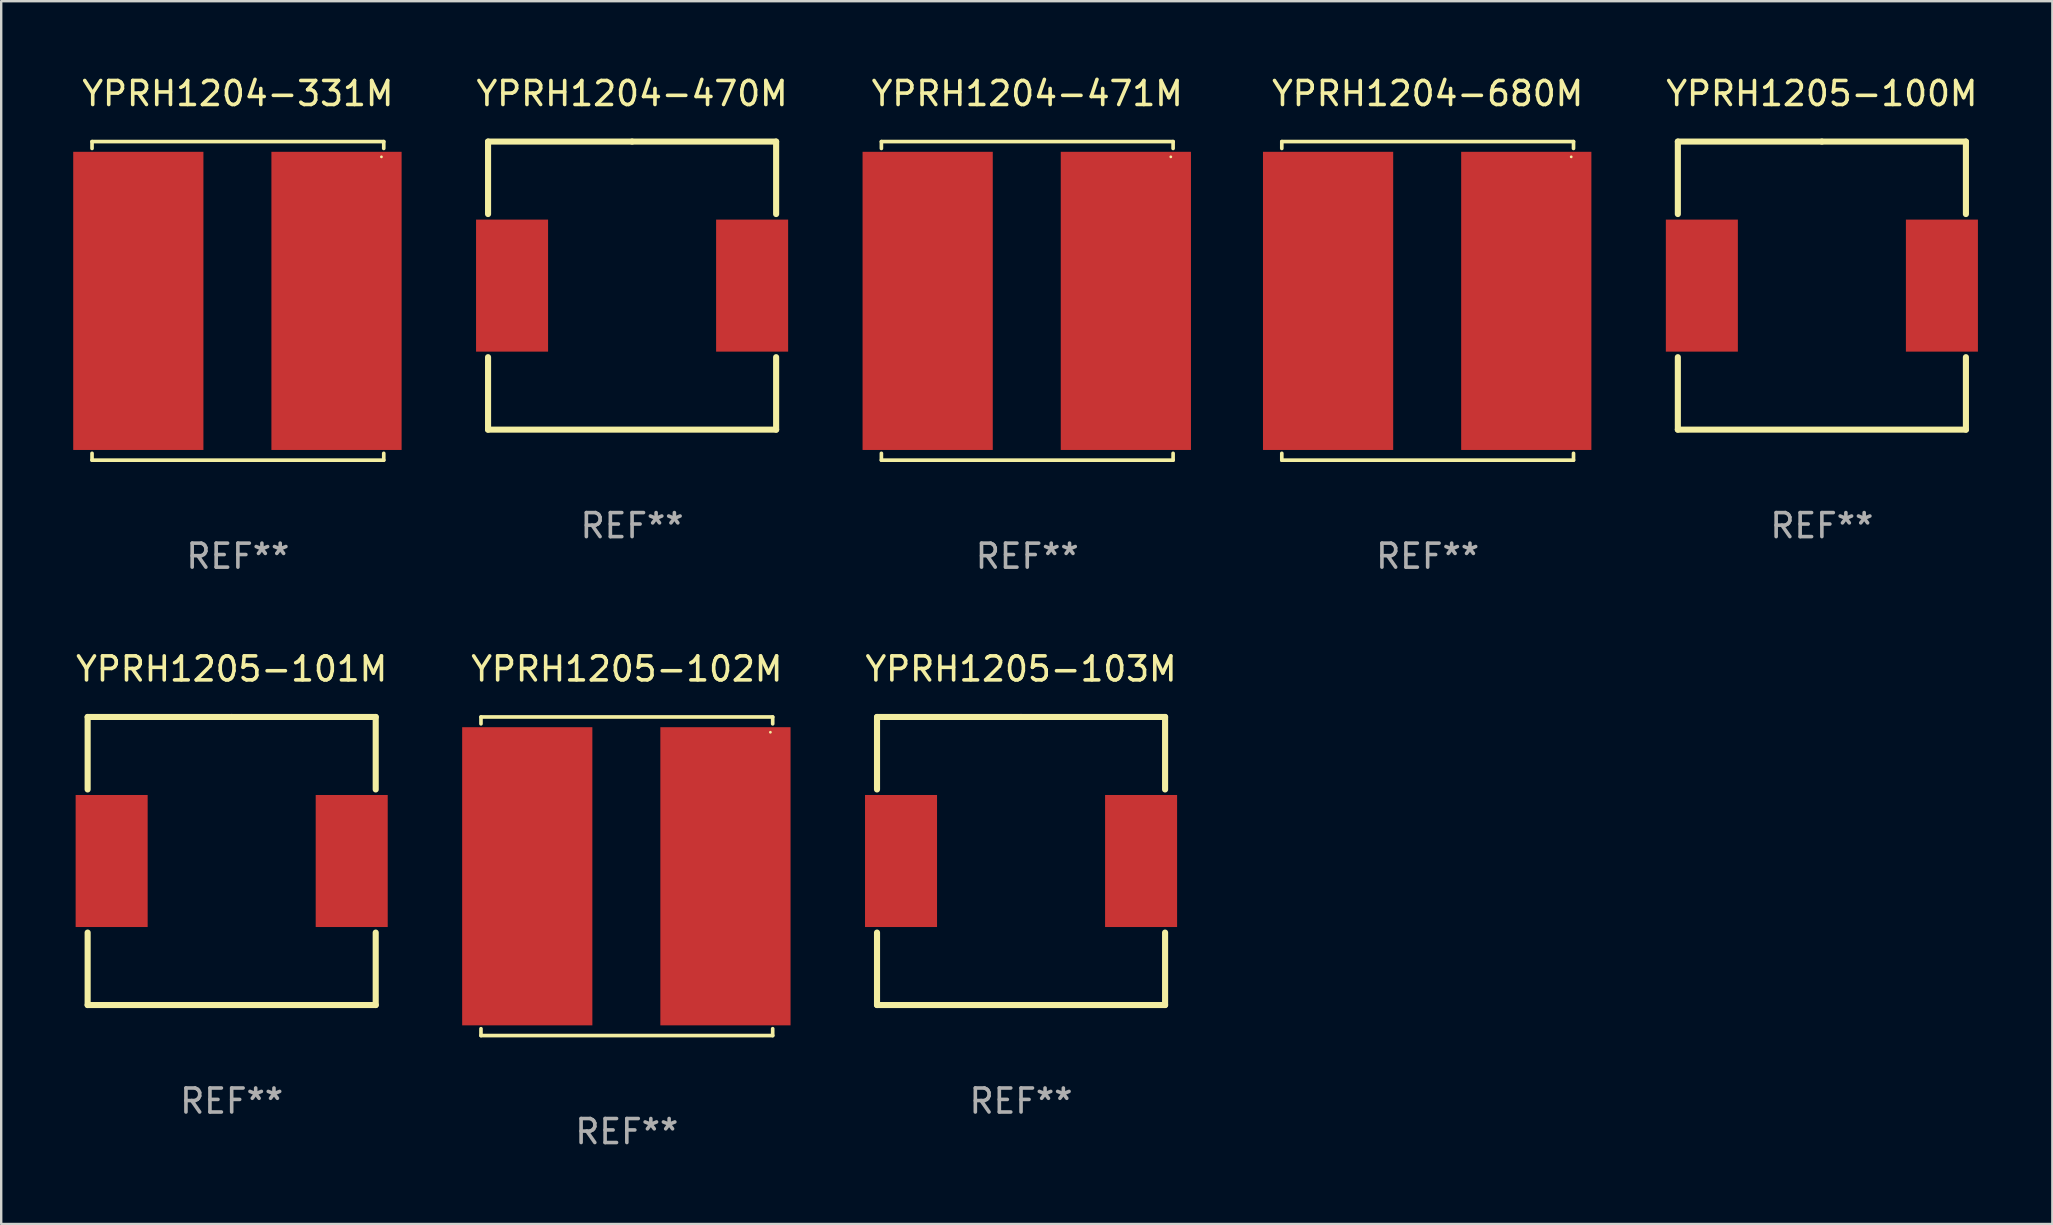
<source format=kicad_pcb>
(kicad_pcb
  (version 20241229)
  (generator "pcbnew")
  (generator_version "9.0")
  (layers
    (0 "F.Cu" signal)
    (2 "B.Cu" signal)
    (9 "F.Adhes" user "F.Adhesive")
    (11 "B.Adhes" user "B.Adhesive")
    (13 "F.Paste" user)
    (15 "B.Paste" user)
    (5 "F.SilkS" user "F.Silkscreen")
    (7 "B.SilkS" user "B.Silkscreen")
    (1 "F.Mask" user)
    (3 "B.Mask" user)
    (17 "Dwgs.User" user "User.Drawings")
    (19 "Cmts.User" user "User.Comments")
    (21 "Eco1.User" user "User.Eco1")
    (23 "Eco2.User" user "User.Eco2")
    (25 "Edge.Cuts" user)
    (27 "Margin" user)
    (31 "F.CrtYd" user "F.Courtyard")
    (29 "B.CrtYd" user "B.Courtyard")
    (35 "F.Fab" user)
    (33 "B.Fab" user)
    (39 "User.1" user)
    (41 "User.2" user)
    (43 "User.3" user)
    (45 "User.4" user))
  (footprint "YPRH1204-470M"
    (layer "F.Cu")
    (at 23.281 8.848)
    (property "Reference" "YPRH1204-470M" (at 0 -8 0) (layer "F.SilkS") (effects (font (size 1 1) (thickness 0.15))))
    (attr through_hole)
    (fp_line (start -6 -6) (end 0 -6) (stroke (width 0.254) (type solid)) (layer "F.SilkS"))
    (fp_line (start -6 -2.981) (end -6 -6) (stroke (width 0.254) (type solid)) (layer "F.SilkS"))
    (fp_line (start -6 6) (end -6 2.981) (stroke (width 0.254) (type solid)) (layer "F.SilkS"))
    (fp_line (start 0 -6) (end 6 -6) (stroke (width 0.254) (type solid)) (layer "F.SilkS"))
    (fp_line (start 6 -6) (end 6 -2.981) (stroke (width 0.254) (type solid)) (layer "F.SilkS"))
    (fp_line (start 6 2.981) (end 6 6) (stroke (width 0.254) (type solid)) (layer "F.SilkS"))
    (fp_line (start 6 6) (end -6 6) (stroke (width 0.254) (type solid)) (layer "F.SilkS"))
    (fp_circle (center -6 6) (end -5.97 6) (stroke (width 0.06) (type solid)) (fill no) (layer "F.SilkS"))
    (fp_text user "REF**" (at 0 10 0) (layer "F.Fab") (effects (font (size 1 1) (thickness 0.15))))
    (pad "1" smd rect (at -5 0) (size 3 5.5) (layers "F.Cu" "F.Mask" "F.Paste"))
    (pad "2" smd rect (at 5 0) (size 3 5.5) (layers "F.Cu" "F.Mask" "F.Paste")))
  (footprint "YPRH1204-471M"
    (layer "F.Cu")
    (at 39.742 9.484)
    (property "Reference" "YPRH1204-471M" (at 0 -8.636 0) (layer "F.SilkS") (effects (font (size 1 1) (thickness 0.15))))
    (attr through_hole)
    (fp_line (start -6.076 -6.636) (end -6.076 -6.35) (stroke (width 0.152) (type solid)) (layer "F.SilkS"))
    (fp_line (start -6.076 6.636) (end -6.076 6.35) (stroke (width 0.152) (type solid)) (layer "F.SilkS"))
    (fp_line (start 6.076 -6.636) (end -6.076 -6.636) (stroke (width 0.152) (type solid)) (layer "F.SilkS"))
    (fp_line (start 6.076 -6.35) (end 6.076 -6.636) (stroke (width 0.152) (type solid)) (layer "F.SilkS"))
    (fp_line (start 6.076 6.35) (end 6.076 6.636) (stroke (width 0.152) (type solid)) (layer "F.SilkS"))
    (fp_line (start 6.076 6.636) (end -6.076 6.636) (stroke (width 0.152) (type solid)) (layer "F.SilkS"))
    (fp_circle (center 5.98 -6) (end 6.01 -6) (stroke (width 0.06) (type solid)) (fill no) (layer "F.SilkS"))
    (fp_text user "REF**" (at 0 10.636 0) (layer "F.Fab") (effects (font (size 1 1) (thickness 0.15))))
    (pad "1" smd rect (at 4.108 0) (size 5.424 12.42) (layers "F.Cu" "F.Mask" "F.Paste"))
    (pad "2" smd rect (at -4.148 0) (size 5.424 12.42) (layers "F.Cu" "F.Mask" "F.Paste")))
  (footprint "YPRH1205-100M"
    (layer "F.Cu")
    (at 72.844 8.848)
    (property "Reference" "YPRH1205-100M" (at 0 -8 0) (layer "F.SilkS") (effects (font (size 1 1) (thickness 0.15))))
    (attr through_hole)
    (fp_line (start -6 -6) (end 0 -6) (stroke (width 0.254) (type solid)) (layer "F.SilkS"))
    (fp_line (start -6 -2.981) (end -6 -6) (stroke (width 0.254) (type solid)) (layer "F.SilkS"))
    (fp_line (start -6 6) (end -6 2.981) (stroke (width 0.254) (type solid)) (layer "F.SilkS"))
    (fp_line (start 0 -6) (end 6 -6) (stroke (width 0.254) (type solid)) (layer "F.SilkS"))
    (fp_line (start 6 -6) (end 6 -2.981) (stroke (width 0.254) (type solid)) (layer "F.SilkS"))
    (fp_line (start 6 2.981) (end 6 6) (stroke (width 0.254) (type solid)) (layer "F.SilkS"))
    (fp_line (start 6 6) (end -6 6) (stroke (width 0.254) (type solid)) (layer "F.SilkS"))
    (fp_circle (center -6 6) (end -5.97 6) (stroke (width 0.06) (type solid)) (fill no) (layer "F.SilkS"))
    (fp_text user "REF**" (at 0 10 0) (layer "F.Fab") (effects (font (size 1 1) (thickness 0.15))))
    (pad "1" smd rect (at -5 0) (size 3 5.5) (layers "F.Cu" "F.Mask" "F.Paste"))
    (pad "2" smd rect (at 5 0) (size 3 5.5) (layers "F.Cu" "F.Mask" "F.Paste")))
  (footprint "YPRH1205-103M"
    (layer "F.Cu")
    (at 39.484 32.817)
    (property "Reference" "YPRH1205-103M" (at 0 -8 0) (layer "F.SilkS") (effects (font (size 1 1) (thickness 0.15))))
    (attr through_hole)
    (fp_line (start -6 -6) (end 0 -6) (stroke (width 0.254) (type solid)) (layer "F.SilkS"))
    (fp_line (start -6 -2.981) (end -6 -6) (stroke (width 0.254) (type solid)) (layer "F.SilkS"))
    (fp_line (start -6 6) (end -6 2.981) (stroke (width 0.254) (type solid)) (layer "F.SilkS"))
    (fp_line (start 0 -6) (end 6 -6) (stroke (width 0.254) (type solid)) (layer "F.SilkS"))
    (fp_line (start 6 -6) (end 6 -2.981) (stroke (width 0.254) (type solid)) (layer "F.SilkS"))
    (fp_line (start 6 2.981) (end 6 6) (stroke (width 0.254) (type solid)) (layer "F.SilkS"))
    (fp_line (start 6 6) (end -6 6) (stroke (width 0.254) (type solid)) (layer "F.SilkS"))
    (fp_circle (center -6 6) (end -5.97 6) (stroke (width 0.06) (type solid)) (fill no) (layer "F.SilkS"))
    (fp_text user "REF**" (at 0 10 0) (layer "F.Fab") (effects (font (size 1 1) (thickness 0.15))))
    (pad "1" smd rect (at -5 0) (size 3 5.5) (layers "F.Cu" "F.Mask" "F.Paste"))
    (pad "2" smd rect (at 5 0) (size 3 5.5) (layers "F.Cu" "F.Mask" "F.Paste")))
  (footprint "YPRH1204-331M"
    (layer "F.Cu")
    (at 6.86 9.484)
    (property "Reference" "YPRH1204-331M" (at 0 -8.636 0) (layer "F.SilkS") (effects (font (size 1 1) (thickness 0.15))))
    (attr through_hole)
    (fp_line (start -6.076 -6.636) (end -6.076 -6.35) (stroke (width 0.152) (type solid)) (layer "F.SilkS"))
    (fp_line (start -6.076 6.636) (end -6.076 6.35) (stroke (width 0.152) (type solid)) (layer "F.SilkS"))
    (fp_line (start 6.076 -6.636) (end -6.076 -6.636) (stroke (width 0.152) (type solid)) (layer "F.SilkS"))
    (fp_line (start 6.076 -6.35) (end 6.076 -6.636) (stroke (width 0.152) (type solid)) (layer "F.SilkS"))
    (fp_line (start 6.076 6.35) (end 6.076 6.636) (stroke (width 0.152) (type solid)) (layer "F.SilkS"))
    (fp_line (start 6.076 6.636) (end -6.076 6.636) (stroke (width 0.152) (type solid)) (layer "F.SilkS"))
    (fp_circle (center 5.98 -6) (end 6.01 -6) (stroke (width 0.06) (type solid)) (fill no) (layer "F.SilkS"))
    (fp_text user "REF**" (at 0 10.636 0) (layer "F.Fab") (effects (font (size 1 1) (thickness 0.15))))
    (pad "1" smd rect (at 4.108 0) (size 5.424 12.42) (layers "F.Cu" "F.Mask" "F.Paste"))
    (pad "2" smd rect (at -4.148 0) (size 5.424 12.42) (layers "F.Cu" "F.Mask" "F.Paste")))
  (footprint "YPRH1205-101M"
    (layer "F.Cu")
    (at 6.601 32.817)
    (property "Reference" "YPRH1205-101M" (at 0 -8 0) (layer "F.SilkS") (effects (font (size 1 1) (thickness 0.15))))
    (attr through_hole)
    (fp_line (start -6 -6) (end 0 -6) (stroke (width 0.254) (type solid)) (layer "F.SilkS"))
    (fp_line (start -6 -2.981) (end -6 -6) (stroke (width 0.254) (type solid)) (layer "F.SilkS"))
    (fp_line (start -6 6) (end -6 2.981) (stroke (width 0.254) (type solid)) (layer "F.SilkS"))
    (fp_line (start 0 -6) (end 6 -6) (stroke (width 0.254) (type solid)) (layer "F.SilkS"))
    (fp_line (start 6 -6) (end 6 -2.981) (stroke (width 0.254) (type solid)) (layer "F.SilkS"))
    (fp_line (start 6 2.981) (end 6 6) (stroke (width 0.254) (type solid)) (layer "F.SilkS"))
    (fp_line (start 6 6) (end -6 6) (stroke (width 0.254) (type solid)) (layer "F.SilkS"))
    (fp_circle (center -6 6) (end -5.97 6) (stroke (width 0.06) (type solid)) (fill no) (layer "F.SilkS"))
    (fp_text user "REF**" (at 0 10 0) (layer "F.Fab") (effects (font (size 1 1) (thickness 0.15))))
    (pad "1" smd rect (at -5 0) (size 3 5.5) (layers "F.Cu" "F.Mask" "F.Paste"))
    (pad "2" smd rect (at 5 0) (size 3 5.5) (layers "F.Cu" "F.Mask" "F.Paste")))
  (footprint "YPRH1205-102M"
    (layer "F.Cu")
    (at 23.062 33.453)
    (property "Reference" "YPRH1205-102M" (at 0 -8.636 0) (layer "F.SilkS") (effects (font (size 1 1) (thickness 0.15))))
    (attr through_hole)
    (fp_line (start -6.076 -6.636) (end -6.076 -6.35) (stroke (width 0.152) (type solid)) (layer "F.SilkS"))
    (fp_line (start -6.076 6.636) (end -6.076 6.35) (stroke (width 0.152) (type solid)) (layer "F.SilkS"))
    (fp_line (start 6.076 -6.636) (end -6.076 -6.636) (stroke (width 0.152) (type solid)) (layer "F.SilkS"))
    (fp_line (start 6.076 -6.35) (end 6.076 -6.636) (stroke (width 0.152) (type solid)) (layer "F.SilkS"))
    (fp_line (start 6.076 6.35) (end 6.076 6.636) (stroke (width 0.152) (type solid)) (layer "F.SilkS"))
    (fp_line (start 6.076 6.636) (end -6.076 6.636) (stroke (width 0.152) (type solid)) (layer "F.SilkS"))
    (fp_circle (center 5.98 -6) (end 6.01 -6) (stroke (width 0.06) (type solid)) (fill no) (layer "F.SilkS"))
    (fp_text user "REF**" (at 0 10.636 0) (layer "F.Fab") (effects (font (size 1 1) (thickness 0.15))))
    (pad "1" smd rect (at 4.108 0) (size 5.424 12.42) (layers "F.Cu" "F.Mask" "F.Paste"))
    (pad "2" smd rect (at -4.148 0) (size 5.424 12.42) (layers "F.Cu" "F.Mask" "F.Paste")))
  (footprint "YPRH1204-680M"
    (layer "F.Cu")
    (at 56.422 9.484)
    (property "Reference" "YPRH1204-680M" (at 0 -8.636 0) (layer "F.SilkS") (effects (font (size 1 1) (thickness 0.15))))
    (attr through_hole)
    (fp_line (start -6.076 -6.636) (end -6.076 -6.35) (stroke (width 0.152) (type solid)) (layer "F.SilkS"))
    (fp_line (start -6.076 6.636) (end -6.076 6.35) (stroke (width 0.152) (type solid)) (layer "F.SilkS"))
    (fp_line (start 6.076 -6.636) (end -6.076 -6.636) (stroke (width 0.152) (type solid)) (layer "F.SilkS"))
    (fp_line (start 6.076 -6.35) (end 6.076 -6.636) (stroke (width 0.152) (type solid)) (layer "F.SilkS"))
    (fp_line (start 6.076 6.35) (end 6.076 6.636) (stroke (width 0.152) (type solid)) (layer "F.SilkS"))
    (fp_line (start 6.076 6.636) (end -6.076 6.636) (stroke (width 0.152) (type solid)) (layer "F.SilkS"))
    (fp_circle (center 5.98 -6) (end 6.01 -6) (stroke (width 0.06) (type solid)) (fill no) (layer "F.SilkS"))
    (fp_text user "REF**" (at 0 10.636 0) (layer "F.Fab") (effects (font (size 1 1) (thickness 0.15))))
    (pad "1" smd rect (at 4.108 0) (size 5.424 12.42) (layers "F.Cu" "F.Mask" "F.Paste"))
    (pad "2" smd rect (at -4.148 0) (size 5.424 12.42) (layers "F.Cu" "F.Mask" "F.Paste")))
  (gr_rect
    (start -3 -3)
    (end 82.445 47.938)
    (stroke (width 0.1) (type default))
    (fill no)
    (layer "Edge.Cuts")))
</source>
